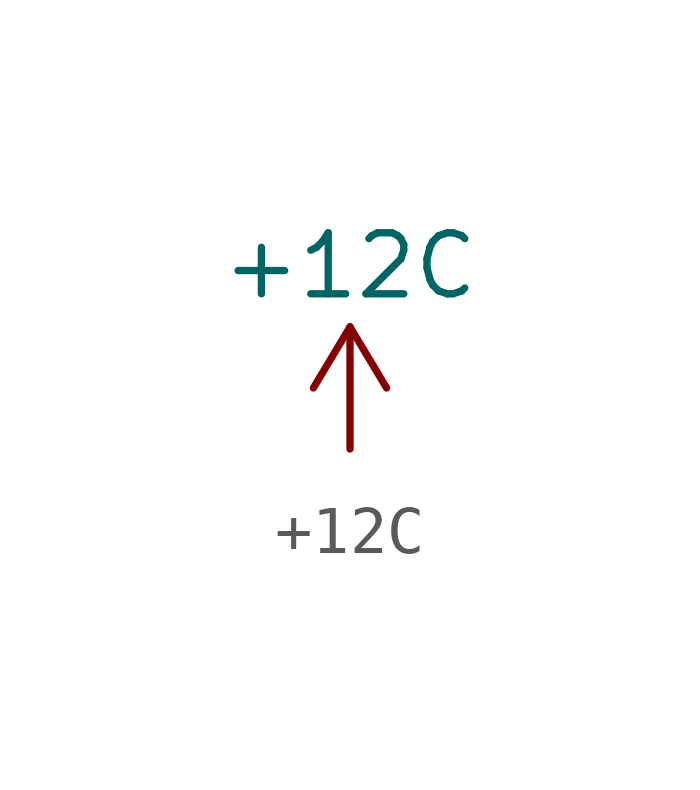
<source format=kicad_sym>
(kicad_symbol_lib
  (version 20220914)
  (generator kicad_symbol_editor)
  (symbol "+12C"
    (power)
    (pin_names
      (offset 0))
    (property "Reference" "#PWR"
      (at 0 -3.81 0)
      (effects (font (size 1.27 1.27)) hide))
    (property "Value" "+12C"
      (at 0 3.81 0)
      (effects (font (size 1.27 1.27))))
    (symbol "+12C_0_1"
      (polyline (pts (xy -0.762 1.27) (xy 0 2.54)) (stroke (width 0) (type default)) (fill (type none)))
      (polyline (pts (xy 0 0) (xy 0 2.54)) (stroke (width 0) (type default)) (fill (type none)))
      (polyline (pts (xy 0 2.54) (xy 0.762 1.27)) (stroke (width 0) (type default)) (fill (type none))))
    (symbol "+12C_1_1"
      (pin power_in line (at 0 0 90) (length 0) hide (name "+12C" (effects (font (size 1.27 1.27)))) (number "1" (effects (font (size 1.27 1.27))))))))
</source>
